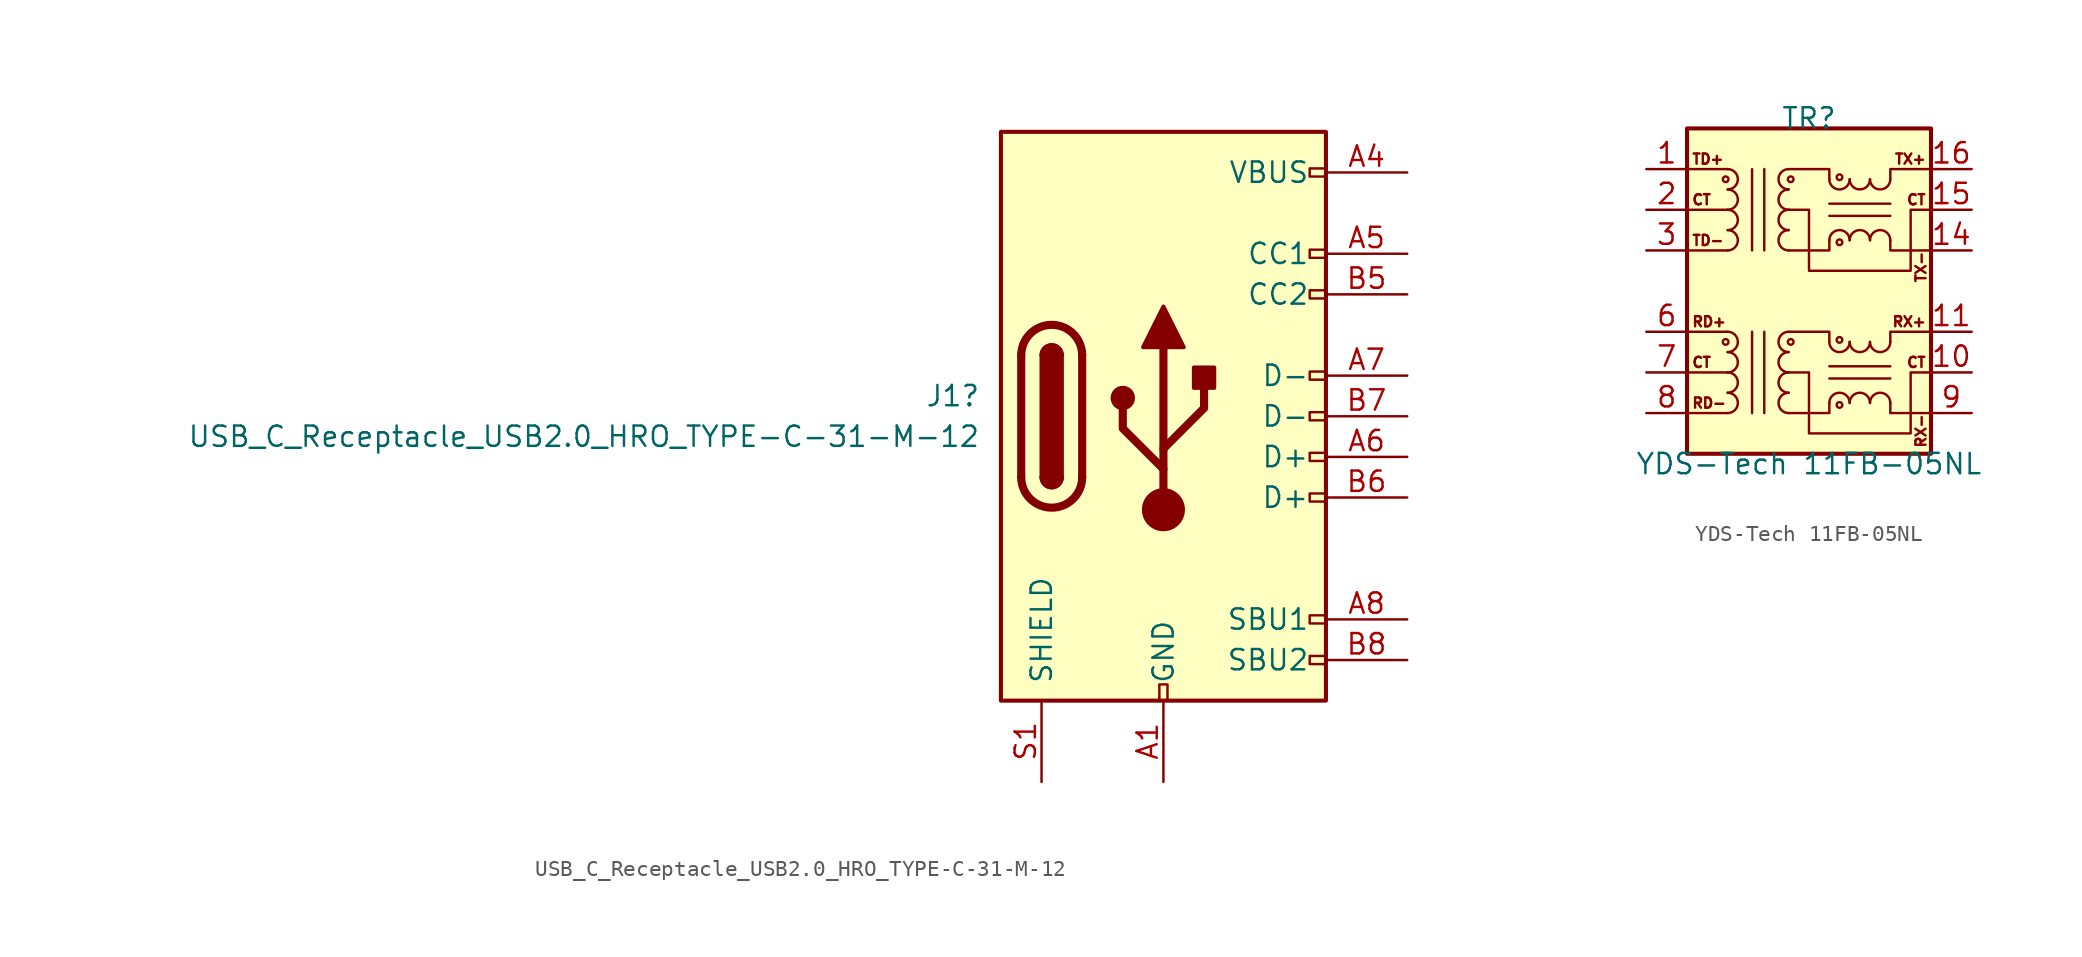
<source format=kicad_sym>
(kicad_symbol_lib
  (version 20220914)
  (generator kicad_symbol_editor)
  (symbol "USB_C_Receptacle_USB2.0_HRO_TYPE-C-31-M-12"
    (pin_names
      (offset 1.016))
    (property "Reference" "J1"
      (at -11.43 1.27 0)
      (effects (font (size 1.27 1.27)) (justify right)))
    (property "Value" "USB_C_Receptacle_USB2.0_HRO_TYPE-C-31-M-12"
      (at -11.43 -1.27 0)
      (effects (font (size 1.27 1.27)) (justify right)))
    (symbol "USB_C_Receptacle_USB2.0_HRO_TYPE-C-31-M-12_0_0"
      (rectangle (start -0.254 -17.78) (end 0.254 -16.764) (stroke (width 0) (type default)) (fill (type none)))
      (rectangle (start 10.16 -14.986) (end 9.144 -15.494) (stroke (width 0) (type default)) (fill (type none)))
      (rectangle (start 10.16 -12.446) (end 9.144 -12.954) (stroke (width 0) (type default)) (fill (type none)))
      (rectangle (start 10.16 -4.826) (end 9.144 -5.334) (stroke (width 0) (type default)) (fill (type none)))
      (rectangle (start 10.16 -2.286) (end 9.144 -2.794) (stroke (width 0) (type default)) (fill (type none)))
      (rectangle (start 10.16 0.254) (end 9.144 -0.254) (stroke (width 0) (type default)) (fill (type none)))
      (rectangle (start 10.16 2.794) (end 9.144 2.286) (stroke (width 0) (type default)) (fill (type none)))
      (rectangle (start 10.16 7.874) (end 9.144 7.366) (stroke (width 0) (type default)) (fill (type none)))
      (rectangle (start 10.16 10.414) (end 9.144 9.906) (stroke (width 0) (type default)) (fill (type none)))
      (rectangle (start 10.16 15.494) (end 9.144 14.986) (stroke (width 0) (type default)) (fill (type none))))
    (symbol "USB_C_Receptacle_USB2.0_HRO_TYPE-C-31-M-12_0_1"
      (rectangle (start -10.16 17.78) (end 10.16 -17.78) (stroke (width 0.254) (type default)) (fill (type background)))
      (arc (start -8.89 -3.81) (mid -6.985 -5.7067) (end -5.08 -3.81) (stroke (width 0.508) (type default)) (fill (type none)))
      (arc (start -7.62 -3.81) (mid -6.985 -4.4423) (end -6.35 -3.81) (stroke (width 0.254) (type default)) (fill (type none)))
      (arc (start -7.62 -3.81) (mid -6.985 -4.4423) (end -6.35 -3.81) (stroke (width 0.254) (type default)) (fill (type outline)))
      (rectangle (start -7.62 -3.81) (end -6.35 3.81) (stroke (width 0.254) (type default)) (fill (type outline)))
      (arc (start -6.35 3.81) (mid -6.985 4.4423) (end -7.62 3.81) (stroke (width 0.254) (type default)) (fill (type none)))
      (arc (start -6.35 3.81) (mid -6.985 4.4423) (end -7.62 3.81) (stroke (width 0.254) (type default)) (fill (type outline)))
      (arc (start -5.08 3.81) (mid -6.985 5.7067) (end -8.89 3.81) (stroke (width 0.508) (type default)) (fill (type none)))
      (circle (center -2.54 1.143) (radius 0.635) (stroke (width 0.254) (type default)) (fill (type outline)))
      (circle (center 0 -5.842) (radius 1.27) (stroke (width 0) (type default)) (fill (type outline)))
      (polyline (pts (xy -8.89 -3.81) (xy -8.89 3.81)) (stroke (width 0.508) (type default)) (fill (type none)))
      (polyline (pts (xy -5.08 3.81) (xy -5.08 -3.81)) (stroke (width 0.508) (type default)) (fill (type none)))
      (polyline (pts (xy 0 -5.842) (xy 0 4.318)) (stroke (width 0.508) (type default)) (fill (type none)))
      (polyline (pts (xy 0 -3.302) (xy -2.54 -0.762) (xy -2.54 0.508)) (stroke (width 0.508) (type default)) (fill (type none)))
      (polyline (pts (xy 0 -2.032) (xy 2.54 0.508) (xy 2.54 1.778)) (stroke (width 0.508) (type default)) (fill (type none)))
      (polyline (pts (xy -1.27 4.318) (xy 0 6.858) (xy 1.27 4.318) (xy -1.27 4.318)) (stroke (width 0.254) (type default)) (fill (type outline)))
      (rectangle (start 1.905 1.778) (end 3.175 3.048) (stroke (width 0.254) (type default)) (fill (type outline))))
    (symbol "USB_C_Receptacle_USB2.0_HRO_TYPE-C-31-M-12_1_1"
      (pin passive line (at 0 -22.86 90) (length 5.08) (name "GND" (effects (font (size 1.27 1.27)))) (number "A1" (effects (font (size 1.27 1.27)))))
      (pin passive line (at 0 -22.86 90) (length 5.08) hide (name "GND" (effects (font (size 1.27 1.27)))) (number "A12" (effects (font (size 1.27 1.27)))))
      (pin passive line (at 15.24 15.24 180) (length 5.08) (name "VBUS" (effects (font (size 1.27 1.27)))) (number "A4" (effects (font (size 1.27 1.27)))))
      (pin bidirectional line (at 15.24 10.16 180) (length 5.08) (name "CC1" (effects (font (size 1.27 1.27)))) (number "A5" (effects (font (size 1.27 1.27)))))
      (pin bidirectional line (at 15.24 -2.54 180) (length 5.08) (name "D+" (effects (font (size 1.27 1.27)))) (number "A6" (effects (font (size 1.27 1.27)))))
      (pin bidirectional line (at 15.24 2.54 180) (length 5.08) (name "D-" (effects (font (size 1.27 1.27)))) (number "A7" (effects (font (size 1.27 1.27)))))
      (pin bidirectional line (at 15.24 -12.7 180) (length 5.08) (name "SBU1" (effects (font (size 1.27 1.27)))) (number "A8" (effects (font (size 1.27 1.27)))))
      (pin passive line (at 15.24 15.24 180) (length 5.08) hide (name "VBUS" (effects (font (size 1.27 1.27)))) (number "A9" (effects (font (size 1.27 1.27)))))
      (pin passive line (at 0 -22.86 90) (length 5.08) hide (name "GND" (effects (font (size 1.27 1.27)))) (number "B1" (effects (font (size 1.27 1.27)))))
      (pin passive line (at 0 -22.86 90) (length 5.08) hide (name "GND" (effects (font (size 1.27 1.27)))) (number "B12" (effects (font (size 1.27 1.27)))))
      (pin passive line (at 15.24 15.24 180) (length 5.08) hide (name "VBUS" (effects (font (size 1.27 1.27)))) (number "B4" (effects (font (size 1.27 1.27)))))
      (pin bidirectional line (at 15.24 7.62 180) (length 5.08) (name "CC2" (effects (font (size 1.27 1.27)))) (number "B5" (effects (font (size 1.27 1.27)))))
      (pin bidirectional line (at 15.24 -5.08 180) (length 5.08) (name "D+" (effects (font (size 1.27 1.27)))) (number "B6" (effects (font (size 1.27 1.27)))))
      (pin bidirectional line (at 15.24 0 180) (length 5.08) (name "D-" (effects (font (size 1.27 1.27)))) (number "B7" (effects (font (size 1.27 1.27)))))
      (pin bidirectional line (at 15.24 -15.24 180) (length 5.08) (name "SBU2" (effects (font (size 1.27 1.27)))) (number "B8" (effects (font (size 1.27 1.27)))))
      (pin passive line (at 15.24 15.24 180) (length 5.08) hide (name "VBUS" (effects (font (size 1.27 1.27)))) (number "B9" (effects (font (size 1.27 1.27)))))
      (pin passive line (at -7.62 -22.86 90) (length 5.08) (name "SHIELD" (effects (font (size 1.27 1.27)))) (number "S1" (effects (font (size 1.27 1.27)))))))
  (symbol "YDS-Tech 11FB-05NL"
    (pin_names hide)
    (property "Reference" "TR"
      (at 0 10.795 0)
      (effects (font (size 1.27 1.27))))
    (property "Value" "YDS-Tech 11FB-05NL"
      (at 0 -10.795 0)
      (effects (font (size 1.27 1.27))))
    (symbol "YDS-Tech 11FB-05NL_0_1"
      (rectangle (start -7.62 10.16) (end 7.62 -10.16) (stroke (width 0.254) (type default)) (fill (type background)))
      (circle (center -5.207 -3.175) (radius 0.178) (stroke (width 0) (type default)) (fill (type none)))
      (arc (start -5.08 -3.81) (mid -4.4477 -3.175) (end -5.08 -2.54) (stroke (width 0) (type default)) (fill (type none)))
      (polyline (pts (xy -5.08 -7.62) (xy -7.62 -7.62)) (stroke (width 0) (type default)) (fill (type none)))
      (polyline (pts (xy -5.08 -5.08) (xy -7.62 -5.08)) (stroke (width 0) (type default)) (fill (type none)))
      (polyline (pts (xy -5.08 -2.54) (xy -7.62 -2.54)) (stroke (width 0) (type default)) (fill (type none)))
      (polyline (pts (xy -3.556 -7.62) (xy -3.556 -2.54)) (stroke (width 0) (type default)) (fill (type none)))
      (polyline (pts (xy -3.556 7.62) (xy -3.556 2.54)) (stroke (width 0) (type default)) (fill (type none)))
      (polyline (pts (xy -2.794 -2.54) (xy -2.794 -7.62)) (stroke (width 0) (type default)) (fill (type none)))
      (polyline (pts (xy -2.794 2.54) (xy -2.794 7.62)) (stroke (width 0) (type default)) (fill (type none)))
      (polyline (pts (xy 1.27 -5.461) (xy 5.08 -5.461)) (stroke (width 0) (type default)) (fill (type none)))
      (polyline (pts (xy 1.27 -4.699) (xy 5.08 -4.699)) (stroke (width 0) (type default)) (fill (type none)))
      (polyline (pts (xy -1.27 -7.62) (xy 1.27 -7.62) (xy 1.27 -6.985)) (stroke (width 0) (type default)) (fill (type none)))
      (polyline (pts (xy 1.27 -3.175) (xy 1.27 -2.54) (xy -1.27 -2.54)) (stroke (width 0) (type default)) (fill (type none)))
      (polyline (pts (xy 5.08 -6.985) (xy 5.08 -7.62) (xy 7.62 -7.62)) (stroke (width 0) (type default)) (fill (type none)))
      (polyline (pts (xy 5.08 -3.175) (xy 5.08 -2.54) (xy 7.62 -2.54)) (stroke (width 0) (type default)) (fill (type none)))
      (polyline (pts (xy -1.27 -5.08) (xy 0 -5.08) (xy 0 -8.89) (xy 6.35 -8.89) (xy 6.35 -5.08) (xy 7.62 -5.08)) (stroke (width 0) (type default)) (fill (type none))))
    (symbol "YDS-Tech 11FB-05NL_1_1"
      (circle (center -5.207 6.985) (radius 0.178) (stroke (width 0) (type default)) (fill (type none)))
      (arc (start -5.08 -7.62) (mid -4.4477 -6.985) (end -5.08 -6.35) (stroke (width 0) (type default)) (fill (type none)))
      (arc (start -5.08 -6.35) (mid -4.4477 -5.715) (end -5.08 -5.08) (stroke (width 0) (type default)) (fill (type none)))
      (arc (start -5.08 -5.08) (mid -4.4477 -4.445) (end -5.08 -3.81) (stroke (width 0) (type default)) (fill (type none)))
      (arc (start -5.08 2.54) (mid -4.4477 3.175) (end -5.08 3.81) (stroke (width 0) (type default)) (fill (type none)))
      (arc (start -5.08 3.81) (mid -4.4477 4.445) (end -5.08 5.08) (stroke (width 0) (type default)) (fill (type none)))
      (arc (start -5.08 5.08) (mid -4.4477 5.715) (end -5.08 6.35) (stroke (width 0) (type default)) (fill (type none)))
      (arc (start -5.08 6.35) (mid -4.4477 6.985) (end -5.08 7.62) (stroke (width 0) (type default)) (fill (type none)))
      (arc (start -1.27 -6.35) (mid -1.9023 -6.985) (end -1.27 -7.62) (stroke (width 0) (type default)) (fill (type none)))
      (arc (start -1.27 -5.08) (mid -1.9023 -5.715) (end -1.27 -6.35) (stroke (width 0) (type default)) (fill (type none)))
      (arc (start -1.27 -3.81) (mid -1.9023 -4.445) (end -1.27 -5.08) (stroke (width 0) (type default)) (fill (type none)))
      (arc (start -1.27 -2.54) (mid -1.9023 -3.175) (end -1.27 -3.81) (stroke (width 0) (type default)) (fill (type none)))
      (arc (start -1.27 3.81) (mid -1.9023 3.175) (end -1.27 2.54) (stroke (width 0) (type default)) (fill (type none)))
      (arc (start -1.27 5.08) (mid -1.9023 4.445) (end -1.27 3.81) (stroke (width 0) (type default)) (fill (type none)))
      (arc (start -1.27 6.35) (mid -1.9023 5.715) (end -1.27 5.08) (stroke (width 0) (type default)) (fill (type none)))
      (arc (start -1.27 7.62) (mid -1.9023 6.985) (end -1.27 6.35) (stroke (width 0) (type default)) (fill (type none)))
      (circle (center -1.143 -3.175) (radius 0.178) (stroke (width 0) (type default)) (fill (type none)))
      (circle (center -1.143 6.985) (radius 0.178) (stroke (width 0) (type default)) (fill (type none)))
      (polyline (pts (xy -5.08 2.54) (xy -7.62 2.54)) (stroke (width 0) (type default)) (fill (type none)))
      (polyline (pts (xy -5.08 5.08) (xy -7.62 5.08)) (stroke (width 0) (type default)) (fill (type none)))
      (polyline (pts (xy -5.08 7.62) (xy -7.62 7.62)) (stroke (width 0) (type default)) (fill (type none)))
      (polyline (pts (xy 1.27 4.699) (xy 5.08 4.699)) (stroke (width 0) (type default)) (fill (type none)))
      (polyline (pts (xy 1.27 5.461) (xy 5.08 5.461)) (stroke (width 0) (type default)) (fill (type none)))
      (polyline (pts (xy -1.27 2.54) (xy 1.27 2.54) (xy 1.27 3.175)) (stroke (width 0) (type default)) (fill (type none)))
      (polyline (pts (xy 1.27 6.985) (xy 1.27 7.62) (xy -1.27 7.62)) (stroke (width 0) (type default)) (fill (type none)))
      (polyline (pts (xy 5.08 3.175) (xy 5.08 2.54) (xy 7.62 2.54)) (stroke (width 0) (type default)) (fill (type none)))
      (polyline (pts (xy 5.08 6.985) (xy 5.08 7.62) (xy 7.62 7.62)) (stroke (width 0) (type default)) (fill (type none)))
      (polyline (pts (xy 7.62 5.08) (xy 6.35 5.08) (xy 6.35 1.27) (xy 0 1.27) (xy 0 5.08) (xy -1.27 5.08)) (stroke (width 0) (type default)) (fill (type none)))
      (arc (start 1.27 -3.175) (mid 1.905 -3.8073) (end 2.54 -3.175) (stroke (width 0) (type default)) (fill (type none)))
      (arc (start 1.27 6.985) (mid 1.905 6.3527) (end 2.54 6.985) (stroke (width 0) (type default)) (fill (type none)))
      (circle (center 1.905 -7.112) (radius 0.178) (stroke (width 0) (type default)) (fill (type none)))
      (circle (center 1.905 -3.048) (radius 0.178) (stroke (width 0) (type default)) (fill (type none)))
      (circle (center 1.905 3.048) (radius 0.178) (stroke (width 0) (type default)) (fill (type none)))
      (circle (center 1.905 7.112) (radius 0.178) (stroke (width 0) (type default)) (fill (type none)))
      (arc (start 2.54 -6.985) (mid 1.905 -6.3527) (end 1.27 -6.985) (stroke (width 0) (type default)) (fill (type none)))
      (arc (start 2.54 -3.175) (mid 3.175 -3.8073) (end 3.81 -3.175) (stroke (width 0) (type default)) (fill (type none)))
      (arc (start 2.54 3.175) (mid 1.905 3.8073) (end 1.27 3.175) (stroke (width 0) (type default)) (fill (type none)))
      (arc (start 2.54 6.985) (mid 3.175 6.3527) (end 3.81 6.985) (stroke (width 0) (type default)) (fill (type none)))
      (arc (start 3.81 -6.985) (mid 3.175 -6.3527) (end 2.54 -6.985) (stroke (width 0) (type default)) (fill (type none)))
      (arc (start 3.81 -3.175) (mid 4.445 -3.8073) (end 5.08 -3.175) (stroke (width 0) (type default)) (fill (type none)))
      (arc (start 3.81 3.175) (mid 3.175 3.8073) (end 2.54 3.175) (stroke (width 0) (type default)) (fill (type none)))
      (arc (start 3.81 6.985) (mid 4.445 6.3527) (end 5.08 6.985) (stroke (width 0) (type default)) (fill (type none)))
      (arc (start 5.08 -6.985) (mid 4.445 -6.3527) (end 3.81 -6.985) (stroke (width 0) (type default)) (fill (type none)))
      (arc (start 5.08 3.175) (mid 4.445 3.8073) (end 3.81 3.175) (stroke (width 0) (type default)) (fill (type none)))
      (text "CT" (at -7.366 -4.826 0) (effects (font (size 0.635 0.635)) (justify left bottom)))
      (text "CT" (at -7.366 5.334 0) (effects (font (size 0.635 0.635)) (justify left bottom)))
      (text "CT" (at 7.366 -4.826 0) (effects (font (size 0.635 0.635)) (justify right bottom)))
      (text "CT" (at 7.366 5.334 0) (effects (font (size 0.635 0.635)) (justify right bottom)))
      (text "RD+" (at -7.366 -2.286 0) (effects (font (size 0.635 0.635)) (justify left bottom)))
      (text "RD-" (at -7.366 -7.366 0) (effects (font (size 0.635 0.635)) (justify left bottom)))
      (text "RX+" (at 7.366 -2.286 0) (effects (font (size 0.635 0.635)) (justify right bottom)))
      (text "RX-" (at 7.366 -7.62 900) (effects (font (size 0.635 0.635)) (justify right bottom)))
      (text "TD+" (at -7.366 7.874 0) (effects (font (size 0.635 0.635)) (justify left bottom)))
      (text "TD-" (at -7.366 2.794 0) (effects (font (size 0.635 0.635)) (justify left bottom)))
      (text "TX+" (at 7.366 7.874 0) (effects (font (size 0.635 0.635)) (justify right bottom)))
      (text "TX-" (at 7.366 2.54 900) (effects (font (size 0.635 0.635)) (justify right bottom)))
      (pin passive line (at -10.16 7.62 0) (length 2.54) (name "TX-" (effects (font (size 1.27 1.27)))) (number "1" (effects (font (size 1.27 1.27)))))
      (pin passive line (at 10.16 -5.08 180) (length 2.54) (name "C_RD" (effects (font (size 1.27 1.27)))) (number "10" (effects (font (size 1.27 1.27)))))
      (pin passive line (at 10.16 -2.54 180) (length 2.54) (name "RD-" (effects (font (size 1.27 1.27)))) (number "11" (effects (font (size 1.27 1.27)))))
      (pin no_connect line (at -2.54 -10.16 90) (length 2.54) hide (name "NC" (effects (font (size 1.27 1.27)))) (number "12" (effects (font (size 1.27 1.27)))))
      (pin no_connect line (at 2.54 -10.16 90) (length 2.54) hide (name "NC" (effects (font (size 1.27 1.27)))) (number "13" (effects (font (size 1.27 1.27)))))
      (pin passive line (at 10.16 2.54 180) (length 2.54) (name "TD+" (effects (font (size 1.27 1.27)))) (number "14" (effects (font (size 1.27 1.27)))))
      (pin passive line (at 10.16 5.08 180) (length 2.54) (name "C_TD" (effects (font (size 1.27 1.27)))) (number "15" (effects (font (size 1.27 1.27)))))
      (pin passive line (at 10.16 7.62 180) (length 2.54) (name "TD-" (effects (font (size 1.27 1.27)))) (number "16" (effects (font (size 1.27 1.27)))))
      (pin passive line (at -10.16 5.08 0) (length 2.54) (name "C_TX" (effects (font (size 1.27 1.27)))) (number "2" (effects (font (size 1.27 1.27)))))
      (pin passive line (at -10.16 2.54 0) (length 2.54) (name "TX+" (effects (font (size 1.27 1.27)))) (number "3" (effects (font (size 1.27 1.27)))))
      (pin no_connect line (at -2.54 10.16 270) (length 2.54) hide (name "NC" (effects (font (size 1.27 1.27)))) (number "4" (effects (font (size 1.27 1.27)))))
      (pin no_connect line (at 2.54 10.16 270) (length 2.54) hide (name "NC" (effects (font (size 1.27 1.27)))) (number "5" (effects (font (size 1.27 1.27)))))
      (pin passive line (at -10.16 -2.54 0) (length 2.54) (name "RX-" (effects (font (size 1.27 1.27)))) (number "6" (effects (font (size 1.27 1.27)))))
      (pin passive line (at -10.16 -5.08 0) (length 2.54) (name "C_RX" (effects (font (size 1.27 1.27)))) (number "7" (effects (font (size 1.27 1.27)))))
      (pin passive line (at -10.16 -7.62 0) (length 2.54) (name "RX+" (effects (font (size 1.27 1.27)))) (number "8" (effects (font (size 1.27 1.27)))))
      (pin passive line (at 10.16 -7.62 180) (length 2.54) (name "RD+" (effects (font (size 1.27 1.27)))) (number "9" (effects (font (size 1.27 1.27))))))))
</source>
